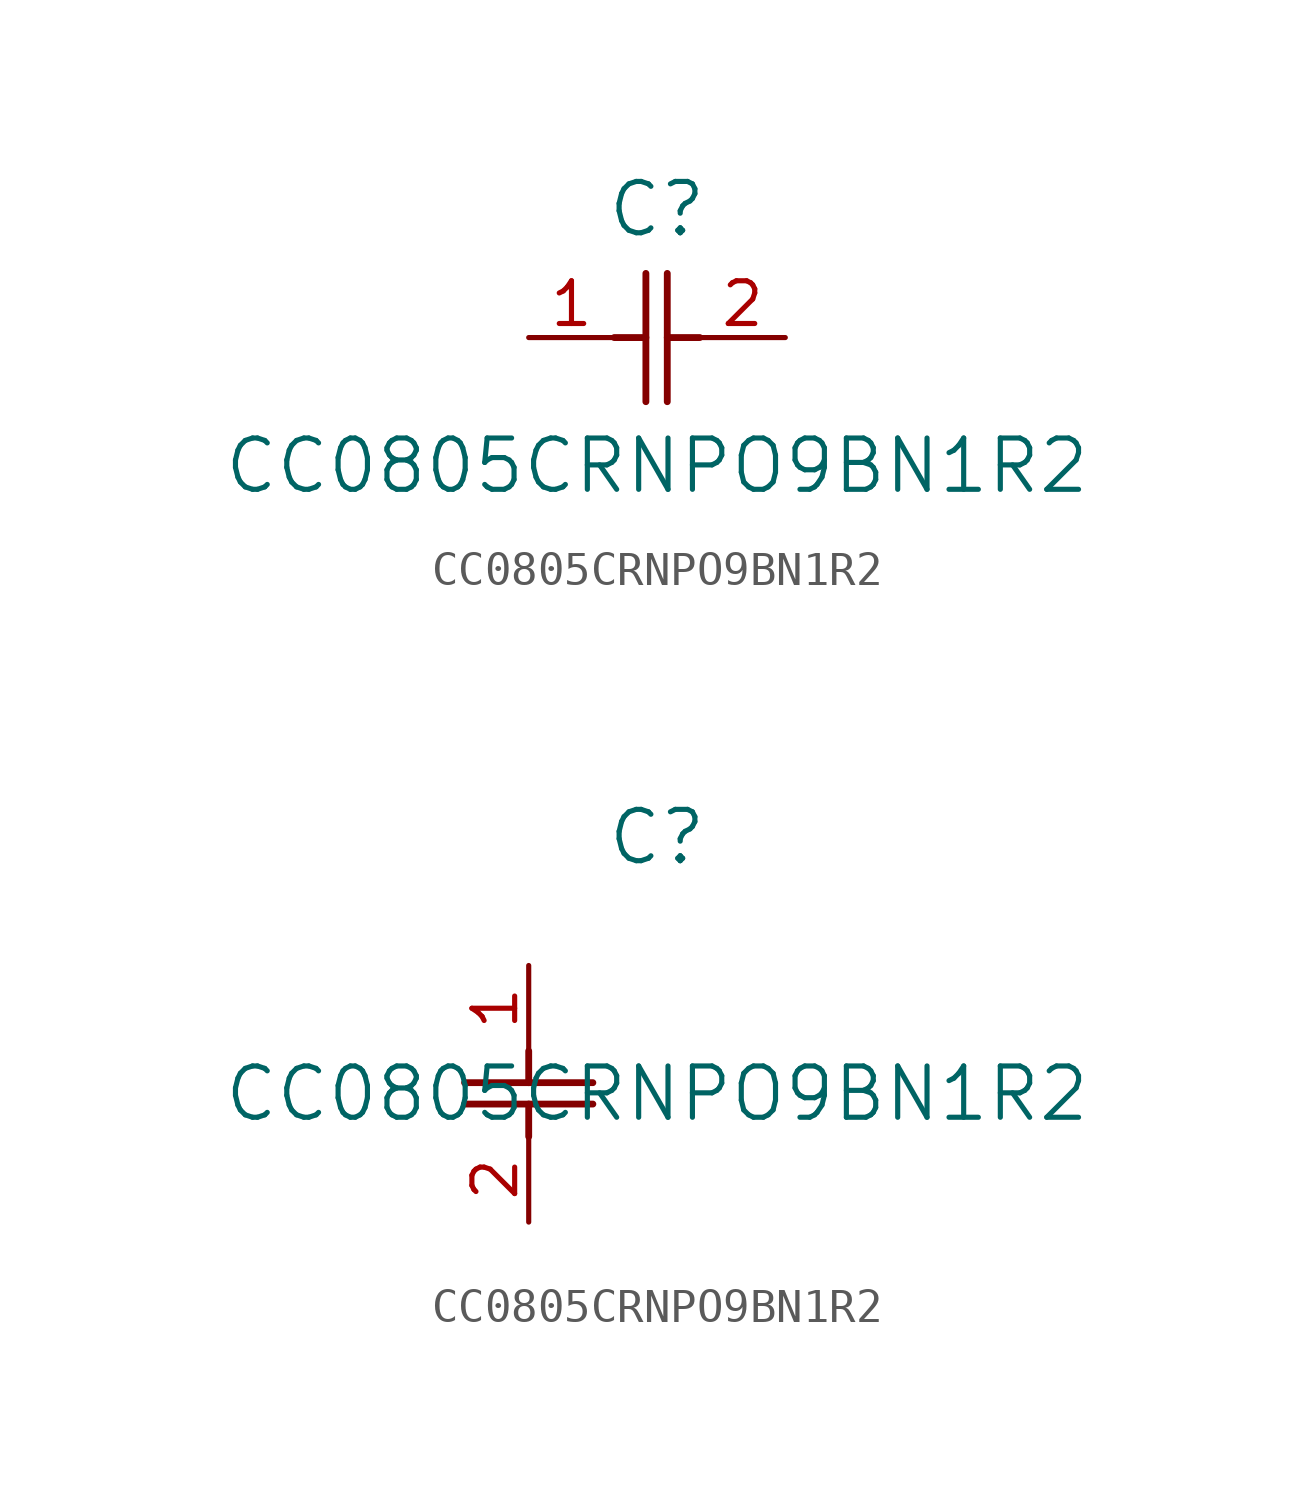
<source format=kicad_sym>
(kicad_symbol_lib
  (version 20211014)
  (generator kicad_symbol_editor)
  (symbol "CC0805CRNPO9BN1R2"
    (pin_names
      (offset 0.254))
    (property "Reference" "C"
      (at 3.81 3.81 0)
      (effects (font (size 1.524 1.524))))
    (property "Value" "CC0805CRNPO9BN1R2"
      (at 3.81 -3.81 0)
      (effects (font (size 1.524 1.524))))
    (symbol "CC0805CRNPO9BN1R2_1_1"
      (polyline (pts (xy 3.48 -1.905) (xy 3.48 1.905)) (stroke (width 0.203) (type default) (color 0 0 0 0)) (fill (type none)))
      (polyline (pts (xy 4.115 -1.905) (xy 4.115 1.905)) (stroke (width 0.203) (type default) (color 0 0 0 0)) (fill (type none)))
      (polyline (pts (xy 4.115 0) (xy 5.08 0)) (stroke (width 0.203) (type default) (color 0 0 0 0)) (fill (type none)))
      (polyline (pts (xy 2.54 0) (xy 3.48 0)) (stroke (width 0.203) (type default) (color 0 0 0 0)) (fill (type none)))
      (pin unspecified line (at 0 0 0) (length 2.54) (name "" (effects (font (size 1.27 1.27)))) (number "1" (effects (font (size 1.27 1.27)))))
      (pin unspecified line (at 7.62 0 180) (length 2.54) (name "" (effects (font (size 1.27 1.27)))) (number "2" (effects (font (size 1.27 1.27))))))
    (symbol "CC0805CRNPO9BN1R2_1_2"
      (polyline (pts (xy -1.905 -3.48) (xy 1.905 -3.48)) (stroke (width 0.203) (type default) (color 0 0 0 0)) (fill (type none)))
      (polyline (pts (xy -1.905 -4.115) (xy 1.905 -4.115)) (stroke (width 0.203) (type default) (color 0 0 0 0)) (fill (type none)))
      (polyline (pts (xy 0 -4.115) (xy 0 -5.08)) (stroke (width 0.203) (type default) (color 0 0 0 0)) (fill (type none)))
      (polyline (pts (xy 0 -2.54) (xy 0 -3.48)) (stroke (width 0.203) (type default) (color 0 0 0 0)) (fill (type none)))
      (pin unspecified line (at 0 0 270) (length 2.54) (name "" (effects (font (size 1.27 1.27)))) (number "1" (effects (font (size 1.27 1.27)))))
      (pin unspecified line (at 0 -7.62 90) (length 2.54) (name "" (effects (font (size 1.27 1.27)))) (number "2" (effects (font (size 1.27 1.27))))))))
</source>
